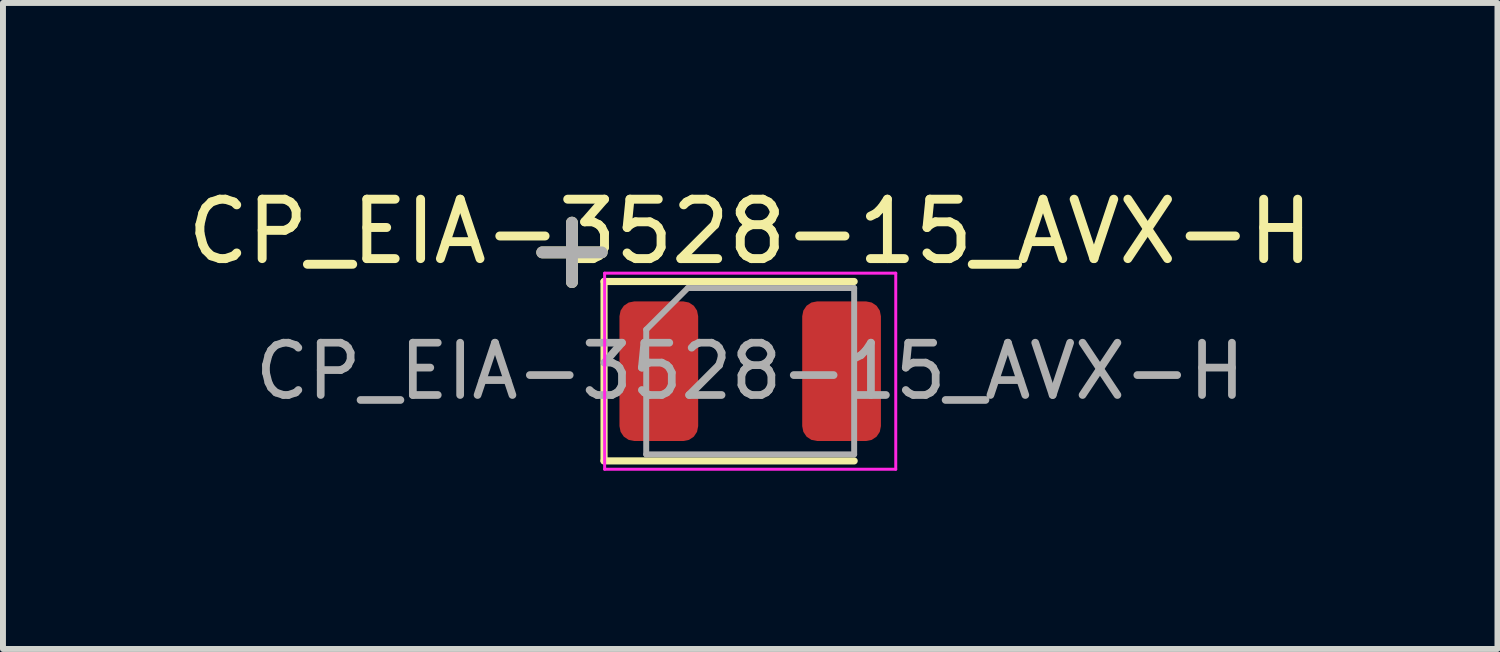
<source format=kicad_pcb>
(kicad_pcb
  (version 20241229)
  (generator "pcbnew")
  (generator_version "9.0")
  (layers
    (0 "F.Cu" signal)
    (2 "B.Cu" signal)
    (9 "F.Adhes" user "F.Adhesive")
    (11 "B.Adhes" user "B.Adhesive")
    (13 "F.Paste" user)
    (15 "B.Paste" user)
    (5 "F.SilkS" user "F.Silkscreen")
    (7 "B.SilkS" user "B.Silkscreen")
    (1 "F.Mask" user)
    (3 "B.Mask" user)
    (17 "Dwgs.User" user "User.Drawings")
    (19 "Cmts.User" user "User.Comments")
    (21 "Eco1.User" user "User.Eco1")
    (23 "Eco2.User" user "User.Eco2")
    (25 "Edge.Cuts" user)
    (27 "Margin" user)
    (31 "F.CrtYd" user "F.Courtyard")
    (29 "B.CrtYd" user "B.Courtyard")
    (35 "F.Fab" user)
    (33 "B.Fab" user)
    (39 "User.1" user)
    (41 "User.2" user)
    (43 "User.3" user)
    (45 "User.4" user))
  (footprint "CP_EIA-3528-15_AVX-H"
    (layer "F.Cu")
    (at 9.577 3.198)
    (property "Reference" "CP_EIA-3528-15_AVX-H" (at 0 -2.35 0) (layer "F.SilkS") (effects (font (size 1 1) (thickness 0.15))))
    (attr smd)
    (fp_line (start -3.5 -2) (end -2.5 -2) (stroke (width 0.2) (type default)) (layer "F.SilkS"))
    (fp_line (start -3 -2.5) (end -3 -1.5) (stroke (width 0.2) (type default)) (layer "F.SilkS"))
    (fp_line (start -2.46 -1.51) (end -2.46 1.51) (stroke (width 0.12) (type solid)) (layer "F.SilkS"))
    (fp_line (start -2.46 1.51) (end 1.75 1.51) (stroke (width 0.12) (type solid)) (layer "F.SilkS"))
    (fp_line (start 1.75 -1.51) (end -2.46 -1.51) (stroke (width 0.12) (type solid)) (layer "F.SilkS"))
    (fp_line (start -2.45 -1.65) (end 2.45 -1.65) (stroke (width 0.05) (type solid)) (layer "F.CrtYd"))
    (fp_line (start -2.45 1.65) (end -2.45 -1.65) (stroke (width 0.05) (type solid)) (layer "F.CrtYd"))
    (fp_line (start 2.45 -1.65) (end 2.45 1.65) (stroke (width 0.05) (type solid)) (layer "F.CrtYd"))
    (fp_line (start 2.45 1.65) (end -2.45 1.65) (stroke (width 0.05) (type solid)) (layer "F.CrtYd"))
    (fp_line (start -3.5 -2) (end -2.5 -2) (stroke (width 0.2) (type default)) (layer "F.Fab"))
    (fp_line (start -3 -2.5) (end -3 -1.5) (stroke (width 0.2) (type default)) (layer "F.Fab"))
    (fp_line (start -1.75 -0.7) (end -1.75 1.4) (stroke (width 0.1) (type solid)) (layer "F.Fab"))
    (fp_line (start -1.75 1.4) (end 1.75 1.4) (stroke (width 0.1) (type solid)) (layer "F.Fab"))
    (fp_line (start -1.05 -1.4) (end -1.75 -0.7) (stroke (width 0.1) (type solid)) (layer "F.Fab"))
    (fp_line (start 1.75 -1.4) (end -1.05 -1.4) (stroke (width 0.1) (type solid)) (layer "F.Fab"))
    (fp_line (start 1.75 1.4) (end 1.75 -1.4) (stroke (width 0.1) (type solid)) (layer "F.Fab"))
    (fp_text user "${REFERENCE}" (at 0 0 0) (layer "F.Fab") (effects (font (size 0.88 0.88) (thickness 0.13))))
    (pad "1" smd roundrect (at -1.538 0) (size 1.325 2.35) (layers "F.Cu" "F.Mask" "F.Paste") (roundrect_rratio 0.189))
    (pad "2" smd roundrect (at 1.538 0) (size 1.325 2.35) (layers "F.Cu" "F.Mask" "F.Paste") (roundrect_rratio 0.189)))
  (gr_rect
    (start -3 -3)
    (end 22.155 7.873)
    (stroke (width 0.1) (type default))
    (fill no)
    (layer "Edge.Cuts")))
</source>
